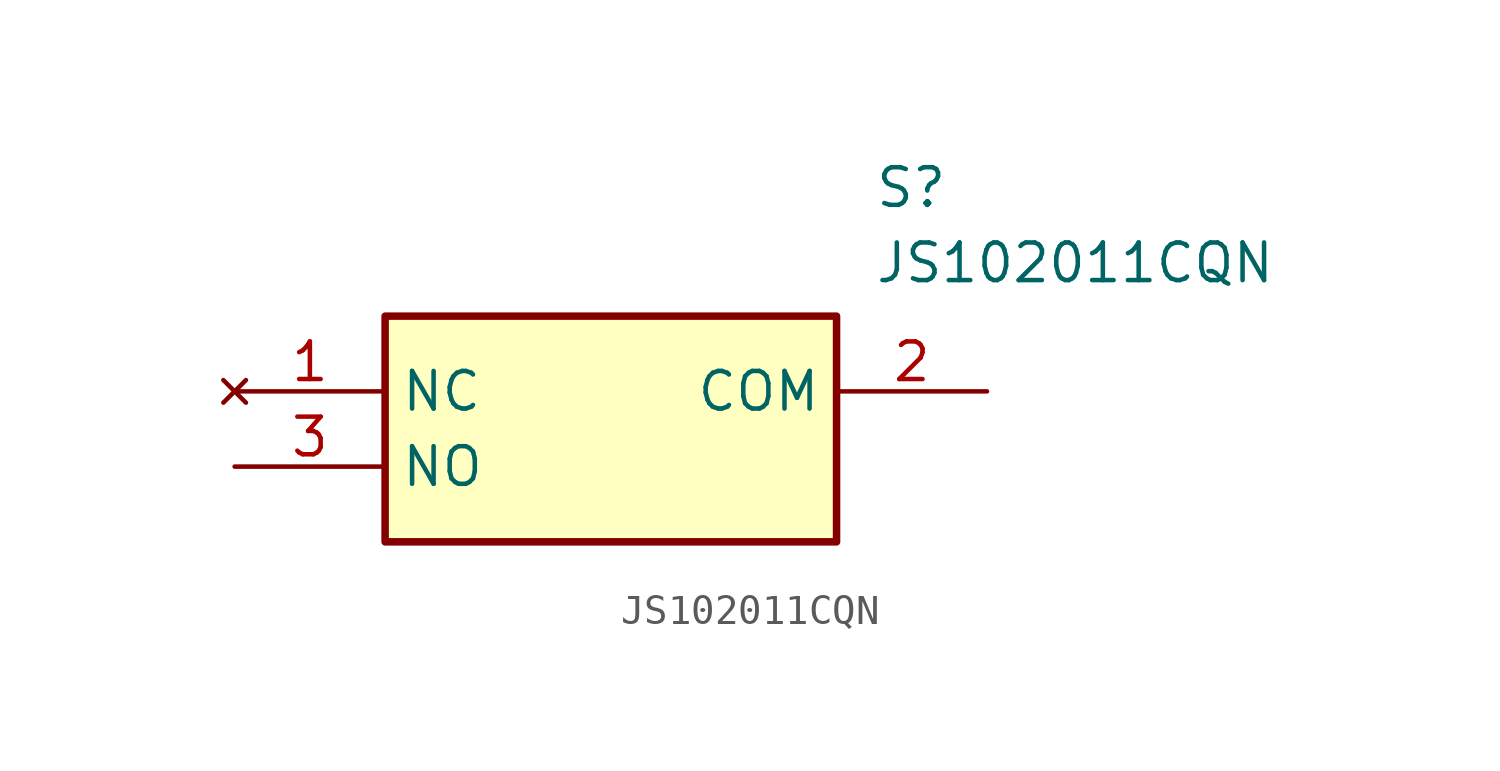
<source format=kicad_sym>
(kicad_symbol_lib
  (version 20211014)
  (generator SamacSys_ECAD_Model)
  (symbol "JS102011CQN"
    (property "Reference" "S"
      (at 21.59 7.62 0)
      (effects (font (size 1.27 1.27)) (justify left top)))
    (property "Value" "JS102011CQN"
      (at 21.59 5.08 0)
      (effects (font (size 1.27 1.27)) (justify left top)))
    (rectangle
      (start 5.08 2.54)
      (end 20.32 -5.08)
      (stroke (width 0.254) (type default))
      (fill (type background)))
    (pin no_connect line
      (at 0 0 0)
      (length 5.08)
      (name "NC" (effects (font (size 1.27 1.27))))
      (number "1" (effects (font (size 1.27 1.27)))))
    (pin passive line
      (at 25.4 0 180)
      (length 5.08)
      (name "COM" (effects (font (size 1.27 1.27))))
      (number "2" (effects (font (size 1.27 1.27)))))
    (pin passive line
      (at 0 -2.54 0)
      (length 5.08)
      (name "NO" (effects (font (size 1.27 1.27))))
      (number "3" (effects (font (size 1.27 1.27)))))))
</source>
